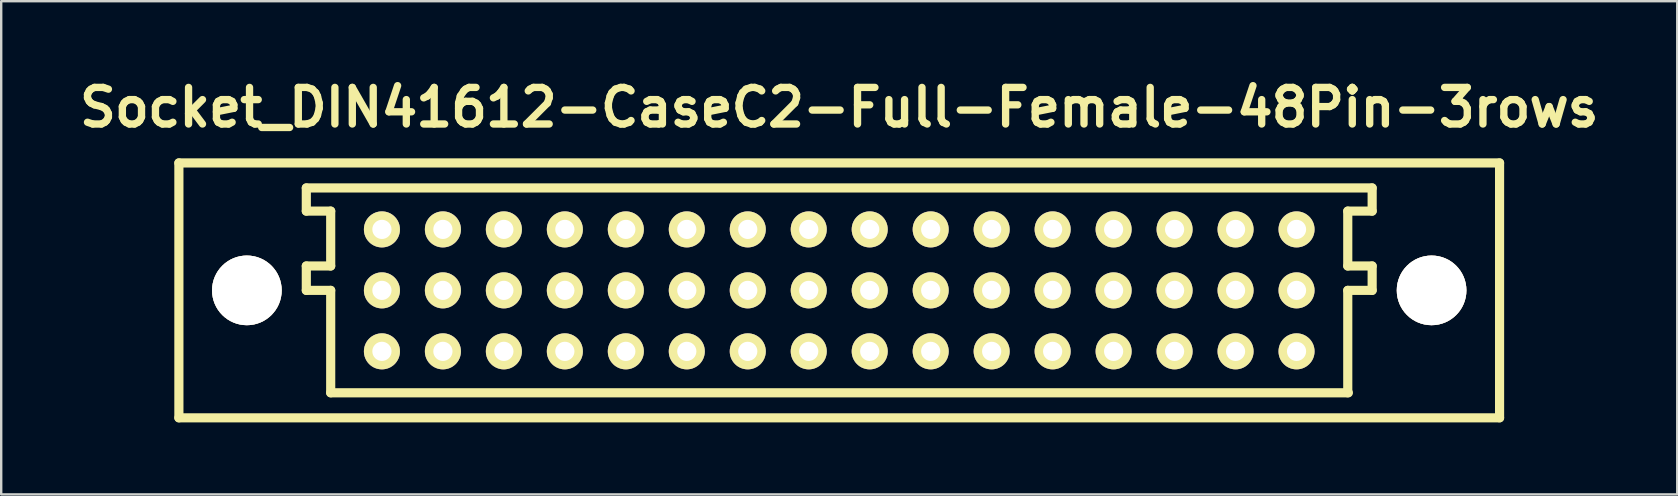
<source format=kicad_pcb>
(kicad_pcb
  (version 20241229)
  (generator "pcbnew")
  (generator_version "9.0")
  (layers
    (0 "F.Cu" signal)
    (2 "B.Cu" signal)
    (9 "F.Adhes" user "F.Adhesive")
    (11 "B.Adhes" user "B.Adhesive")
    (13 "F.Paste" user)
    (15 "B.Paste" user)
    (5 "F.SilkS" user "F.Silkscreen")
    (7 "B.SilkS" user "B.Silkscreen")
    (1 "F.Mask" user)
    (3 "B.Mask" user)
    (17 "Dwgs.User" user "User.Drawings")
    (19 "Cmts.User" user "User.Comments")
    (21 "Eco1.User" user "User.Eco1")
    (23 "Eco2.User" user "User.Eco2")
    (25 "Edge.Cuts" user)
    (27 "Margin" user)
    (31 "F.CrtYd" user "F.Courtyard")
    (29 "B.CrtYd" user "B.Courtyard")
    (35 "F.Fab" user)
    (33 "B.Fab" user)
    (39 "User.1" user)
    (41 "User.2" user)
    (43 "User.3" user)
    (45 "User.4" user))
  (footprint "Socket_DIN41612-CaseC2-Full-Female-48Pin-3rows"
    (layer "F.Cu")
    (at 31.91 9.046)
    (property "Reference" "Socket_DIN41612-CaseC2-Full-Female-48Pin-3rows" (at 0 -7.62 0) (layer "F.SilkS") (effects (font (size 1.524 1.524) (thickness 0.305))))
    (attr through_hole)
    (fp_line (start -27.508 -5.309) (end -27.508 5.309) (stroke (width 0.381) (type solid)) (layer "F.SilkS"))
    (fp_line (start -27.508 5.309) (end 27.508 5.309) (stroke (width 0.381) (type solid)) (layer "F.SilkS"))
    (fp_line (start -22.2 -3.302) (end -22.2 -4.267) (stroke (width 0.381) (type solid)) (layer "F.SilkS"))
    (fp_line (start -22.2 -1.016) (end -21.184 -1.016) (stroke (width 0.381) (type solid)) (layer "F.SilkS"))
    (fp_line (start -22.2 0) (end -22.2 -1.016) (stroke (width 0.381) (type solid)) (layer "F.SilkS"))
    (fp_line (start -21.184 -3.302) (end -22.2 -3.302) (stroke (width 0.381) (type solid)) (layer "F.SilkS"))
    (fp_line (start -21.184 -1.016) (end -21.184 -3.302) (stroke (width 0.381) (type solid)) (layer "F.SilkS"))
    (fp_line (start -21.184 0) (end -22.2 0) (stroke (width 0.381) (type solid)) (layer "F.SilkS"))
    (fp_line (start -21.184 4.267) (end -21.184 0) (stroke (width 0.381) (type solid)) (layer "F.SilkS"))
    (fp_line (start 21.184 -3.302) (end 22.2 -3.302) (stroke (width 0.381) (type solid)) (layer "F.SilkS"))
    (fp_line (start 21.184 -1.016) (end 21.184 -3.302) (stroke (width 0.381) (type solid)) (layer "F.SilkS"))
    (fp_line (start 21.184 0) (end 22.2 0) (stroke (width 0.381) (type solid)) (layer "F.SilkS"))
    (fp_line (start 21.184 4.267) (end 21.184 0) (stroke (width 0.381) (type solid)) (layer "F.SilkS"))
    (fp_line (start 21.209 4.267) (end -21.184 4.267) (stroke (width 0.381) (type solid)) (layer "F.SilkS"))
    (fp_line (start 22.2 -4.267) (end -22.2 -4.267) (stroke (width 0.381) (type solid)) (layer "F.SilkS"))
    (fp_line (start 22.2 -3.302) (end 22.2 -4.267) (stroke (width 0.381) (type solid)) (layer "F.SilkS"))
    (fp_line (start 22.2 -1.016) (end 21.184 -1.016) (stroke (width 0.381) (type solid)) (layer "F.SilkS"))
    (fp_line (start 22.2 0) (end 22.2 -1.016) (stroke (width 0.381) (type solid)) (layer "F.SilkS"))
    (fp_line (start 27.508 -5.309) (end -27.508 -5.309) (stroke (width 0.381) (type solid)) (layer "F.SilkS"))
    (fp_line (start 27.508 5.309) (end 27.508 -5.309) (stroke (width 0.381) (type solid)) (layer "F.SilkS"))
    (pad "1" thru_hole circle (at -24.676 0) (size 2.901 2.901) (drill 2.901) (layers "*.Cu" "*.Mask" "F.SilkS"))
    (pad "1" thru_hole circle (at 24.676 0) (size 2.901 2.901) (drill 2.901) (layers "*.Cu" "*.Mask" "F.SilkS"))
    (pad "1a" thru_hole circle (at 19.05 -2.54 180) (size 1.501 1.501) (drill 0.8) (layers "*.Cu" "*.Mask" "F.SilkS"))
    (pad "1b" thru_hole circle (at 19.05 0 180) (size 1.501 1.501) (drill 0.8) (layers "*.Cu" "*.Mask" "F.SilkS"))
    (pad "1c" thru_hole circle (at 19.05 2.54 180) (size 1.501 1.501) (drill 0.8) (layers "*.Cu" "*.Mask" "F.SilkS"))
    (pad "2a" thru_hole circle (at 16.51 -2.54 180) (size 1.501 1.501) (drill 0.8) (layers "*.Cu" "*.Mask" "F.SilkS"))
    (pad "2b" thru_hole circle (at 16.51 0 180) (size 1.501 1.501) (drill 0.8) (layers "*.Cu" "*.Mask" "F.SilkS"))
    (pad "2c" thru_hole circle (at 16.51 2.54 180) (size 1.501 1.501) (drill 0.8) (layers "*.Cu" "*.Mask" "F.SilkS"))
    (pad "3a" thru_hole circle (at 13.97 -2.54 180) (size 1.501 1.501) (drill 0.8) (layers "*.Cu" "*.Mask" "F.SilkS"))
    (pad "3b" thru_hole circle (at 13.97 0 180) (size 1.501 1.501) (drill 0.8) (layers "*.Cu" "*.Mask" "F.SilkS"))
    (pad "3c" thru_hole circle (at 13.97 2.54 180) (size 1.501 1.501) (drill 0.8) (layers "*.Cu" "*.Mask" "F.SilkS"))
    (pad "4a" thru_hole circle (at 11.43 -2.54 180) (size 1.501 1.501) (drill 0.8) (layers "*.Cu" "*.Mask" "F.SilkS"))
    (pad "4b" thru_hole circle (at 11.43 0 180) (size 1.501 1.501) (drill 0.8) (layers "*.Cu" "*.Mask" "F.SilkS"))
    (pad "4c" thru_hole circle (at 11.43 2.54 180) (size 1.501 1.501) (drill 0.8) (layers "*.Cu" "*.Mask" "F.SilkS"))
    (pad "5a" thru_hole circle (at 8.89 -2.54 180) (size 1.501 1.501) (drill 0.8) (layers "*.Cu" "*.Mask" "F.SilkS"))
    (pad "5b" thru_hole circle (at 8.89 0 180) (size 1.501 1.501) (drill 0.8) (layers "*.Cu" "*.Mask" "F.SilkS"))
    (pad "5c" thru_hole circle (at 8.89 2.54 180) (size 1.501 1.501) (drill 0.8) (layers "*.Cu" "*.Mask" "F.SilkS"))
    (pad "6a" thru_hole circle (at 6.35 -2.54 180) (size 1.501 1.501) (drill 0.8) (layers "*.Cu" "*.Mask" "F.SilkS"))
    (pad "6b" thru_hole circle (at 6.35 0 180) (size 1.501 1.501) (drill 0.8) (layers "*.Cu" "*.Mask" "F.SilkS"))
    (pad "6c" thru_hole circle (at 6.35 2.54 180) (size 1.501 1.501) (drill 0.8) (layers "*.Cu" "*.Mask" "F.SilkS"))
    (pad "7a" thru_hole circle (at 3.81 -2.54 180) (size 1.501 1.501) (drill 0.8) (layers "*.Cu" "*.Mask" "F.SilkS"))
    (pad "7b" thru_hole circle (at 3.81 0 180) (size 1.501 1.501) (drill 0.8) (layers "*.Cu" "*.Mask" "F.SilkS"))
    (pad "7c" thru_hole circle (at 3.81 2.54 180) (size 1.501 1.501) (drill 0.8) (layers "*.Cu" "*.Mask" "F.SilkS"))
    (pad "8a" thru_hole circle (at 1.27 -2.54 180) (size 1.501 1.501) (drill 0.8) (layers "*.Cu" "*.Mask" "F.SilkS"))
    (pad "8b" thru_hole circle (at 1.27 0 180) (size 1.501 1.501) (drill 0.8) (layers "*.Cu" "*.Mask" "F.SilkS"))
    (pad "8c" thru_hole circle (at 1.27 2.54 180) (size 1.501 1.501) (drill 0.8) (layers "*.Cu" "*.Mask" "F.SilkS"))
    (pad "9a" thru_hole circle (at -1.27 -2.54 180) (size 1.501 1.501) (drill 0.8) (layers "*.Cu" "*.Mask" "F.SilkS"))
    (pad "9b" thru_hole circle (at -1.27 0 180) (size 1.501 1.501) (drill 0.8) (layers "*.Cu" "*.Mask" "F.SilkS"))
    (pad "9c" thru_hole circle (at -1.27 2.54 180) (size 1.501 1.501) (drill 0.8) (layers "*.Cu" "*.Mask" "F.SilkS"))
    (pad "10a" thru_hole circle (at -3.81 -2.54 180) (size 1.501 1.501) (drill 0.8) (layers "*.Cu" "*.Mask" "F.SilkS"))
    (pad "10b" thru_hole circle (at -3.81 0 180) (size 1.501 1.501) (drill 0.8) (layers "*.Cu" "*.Mask" "F.SilkS"))
    (pad "10c" thru_hole circle (at -3.81 2.54 180) (size 1.501 1.501) (drill 0.8) (layers "*.Cu" "*.Mask" "F.SilkS"))
    (pad "11a" thru_hole circle (at -6.35 -2.54 180) (size 1.501 1.501) (drill 0.8) (layers "*.Cu" "*.Mask" "F.SilkS"))
    (pad "11b" thru_hole circle (at -6.35 0 180) (size 1.501 1.501) (drill 0.8) (layers "*.Cu" "*.Mask" "F.SilkS"))
    (pad "11c" thru_hole circle (at -6.35 2.54 180) (size 1.501 1.501) (drill 0.8) (layers "*.Cu" "*.Mask" "F.SilkS"))
    (pad "12a" thru_hole circle (at -8.89 -2.54 180) (size 1.501 1.501) (drill 0.8) (layers "*.Cu" "*.Mask" "F.SilkS"))
    (pad "12b" thru_hole circle (at -8.89 0 180) (size 1.501 1.501) (drill 0.8) (layers "*.Cu" "*.Mask" "F.SilkS"))
    (pad "12c" thru_hole circle (at -8.89 2.54 180) (size 1.501 1.501) (drill 0.8) (layers "*.Cu" "*.Mask" "F.SilkS"))
    (pad "13a" thru_hole circle (at -11.43 -2.54 180) (size 1.501 1.501) (drill 0.8) (layers "*.Cu" "*.Mask" "F.SilkS"))
    (pad "13b" thru_hole circle (at -11.43 0 180) (size 1.501 1.501) (drill 0.8) (layers "*.Cu" "*.Mask" "F.SilkS"))
    (pad "13c" thru_hole circle (at -11.43 2.54 180) (size 1.501 1.501) (drill 0.8) (layers "*.Cu" "*.Mask" "F.SilkS"))
    (pad "14a" thru_hole circle (at -13.97 -2.54 180) (size 1.501 1.501) (drill 0.8) (layers "*.Cu" "*.Mask" "F.SilkS"))
    (pad "14b" thru_hole circle (at -13.97 0 180) (size 1.501 1.501) (drill 0.8) (layers "*.Cu" "*.Mask" "F.SilkS"))
    (pad "14c" thru_hole circle (at -13.97 2.54 180) (size 1.501 1.501) (drill 0.8) (layers "*.Cu" "*.Mask" "F.SilkS"))
    (pad "15a" thru_hole circle (at -16.51 -2.54 180) (size 1.501 1.501) (drill 0.8) (layers "*.Cu" "*.Mask" "F.SilkS"))
    (pad "15b" thru_hole circle (at -16.51 0 180) (size 1.501 1.501) (drill 0.8) (layers "*.Cu" "*.Mask" "F.SilkS"))
    (pad "15c" thru_hole circle (at -16.51 2.54 180) (size 1.501 1.501) (drill 0.8) (layers "*.Cu" "*.Mask" "F.SilkS"))
    (pad "16a" thru_hole circle (at -19.05 -2.54 180) (size 1.501 1.501) (drill 0.8) (layers "*.Cu" "*.Mask" "F.SilkS"))
    (pad "16b" thru_hole circle (at -19.05 0 180) (size 1.501 1.501) (drill 0.8) (layers "*.Cu" "*.Mask" "F.SilkS"))
    (pad "16c" thru_hole circle (at -19.05 2.54 180) (size 1.501 1.501) (drill 0.8) (layers "*.Cu" "*.Mask" "F.SilkS")))
  (gr_rect
    (start -3 -3)
    (end 66.819 17.546)
    (stroke (width 0.1) (type default))
    (fill no)
    (layer "Edge.Cuts")))
</source>
